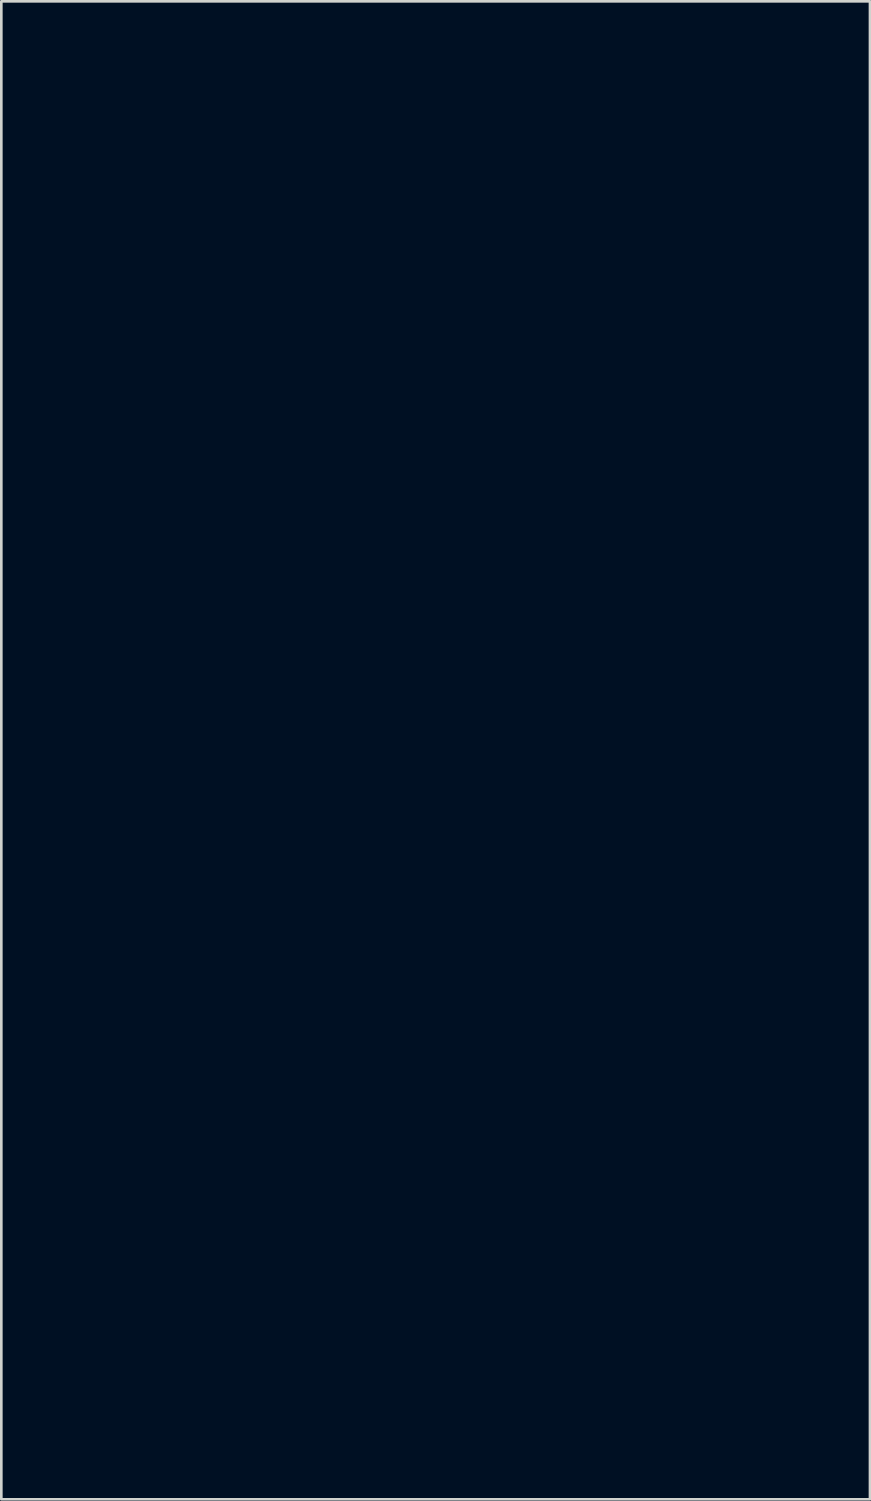
<source format=kicad_pcb>
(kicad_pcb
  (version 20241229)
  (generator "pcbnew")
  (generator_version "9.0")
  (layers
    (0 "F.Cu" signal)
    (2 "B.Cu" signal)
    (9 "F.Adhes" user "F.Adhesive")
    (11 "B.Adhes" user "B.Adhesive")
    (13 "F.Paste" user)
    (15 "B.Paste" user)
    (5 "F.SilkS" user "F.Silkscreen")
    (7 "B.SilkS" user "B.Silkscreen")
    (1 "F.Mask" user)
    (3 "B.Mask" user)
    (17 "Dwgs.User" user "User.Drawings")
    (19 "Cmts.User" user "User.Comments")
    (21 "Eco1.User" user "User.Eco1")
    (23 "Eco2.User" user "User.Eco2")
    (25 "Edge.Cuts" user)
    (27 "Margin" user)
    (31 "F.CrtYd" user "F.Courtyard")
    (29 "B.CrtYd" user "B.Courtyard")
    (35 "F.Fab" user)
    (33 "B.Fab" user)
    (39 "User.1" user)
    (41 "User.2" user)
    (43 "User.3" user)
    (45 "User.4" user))
  (footprint "LlamaBorder"
    (layer "F.Cu")
    (at 13.461 25.397)
    (property "Reference" "LlamaBorder" (at 0 0 0) (layer "F.Mask") (effects (font (size 1.524 1.524) (thickness 0.3))))
    (attr through_hole)
    (fp_poly (pts (xy -7.41 -25.391) (xy -7.335 -25.389) (xy -7.268 -25.386) (xy -7.212 -25.381) (xy -7.191 -25.379) (xy -6.99 -25.344) (xy -6.795 -25.294) (xy -6.606 -25.229) (xy -6.424 -25.151) (xy -6.249 -25.059) (xy -6.082 -24.954) (xy -5.924 -24.838) (xy -5.776 -24.71) (xy -5.639 -24.571) (xy -5.513 -24.422) (xy -5.4 -24.263) (xy -5.299 -24.096) (xy -5.212 -23.921) (xy -5.14 -23.738) (xy -5.14 -23.737) (xy -5.118 -23.666) (xy -5.095 -23.585) (xy -5.074 -23.5) (xy -5.055 -23.416) (xy -5.04 -23.338) (xy -5.031 -23.28) (xy -5.025 -23.243) (xy -5.013 -23.192) (xy -4.997 -23.128) (xy -4.976 -23.053) (xy -4.951 -22.967) (xy -4.922 -22.873) (xy -4.891 -22.771) (xy -4.857 -22.664) (xy -4.821 -22.553) (xy -4.784 -22.439) (xy -4.745 -22.323) (xy -4.705 -22.207) (xy -4.666 -22.093) (xy -4.626 -21.982) (xy -4.588 -21.875) (xy -4.575 -21.841) (xy -4.556 -21.792) (xy -4.535 -21.735) (xy -4.511 -21.672) (xy -4.485 -21.606) (xy -4.458 -21.538) (xy -4.432 -21.469) (xy -4.405 -21.403) (xy -4.381 -21.34) (xy -4.358 -21.284) (xy -4.338 -21.235) (xy -4.322 -21.196) (xy -4.311 -21.168) (xy -4.304 -21.154) (xy -4.304 -21.153) (xy -4.295 -21.153) (xy -4.273 -21.155) (xy -4.241 -21.158) (xy -4.201 -21.163) (xy -4.197 -21.163) (xy -4.106 -21.173) (xy -4.007 -21.182) (xy -3.904 -21.188) (xy -3.802 -21.193) (xy -3.703 -21.196) (xy -3.612 -21.196) (xy -3.534 -21.194) (xy -3.515 -21.193) (xy -3.265 -21.172) (xy -3.022 -21.137) (xy -2.823 -21.096) (xy -2.783 -21.087) (xy -2.747 -21.078) (xy -2.72 -21.072) (xy -2.707 -21.069) (xy -2.694 -21.069) (xy -2.679 -21.074) (xy -2.659 -21.085) (xy -2.63 -21.105) (xy -2.605 -21.123) (xy -2.393 -21.271) (xy -2.173 -21.405) (xy -1.945 -21.524) (xy -1.71 -21.627) (xy -1.468 -21.715) (xy -1.221 -21.788) (xy -0.97 -21.845) (xy -0.729 -21.883) (xy -0.637 -21.893) (xy -0.536 -21.901) (xy -0.428 -21.908) (xy -0.316 -21.913) (xy -0.205 -21.915) (xy -0.096 -21.916) (xy 0.008 -21.915) (xy 0.102 -21.911) (xy 0.184 -21.906) (xy 0.224 -21.902) (xy 0.492 -21.861) (xy 0.753 -21.806) (xy 1.005 -21.735) (xy 1.25 -21.65) (xy 1.487 -21.549) (xy 1.717 -21.433) (xy 1.94 -21.302) (xy 2.156 -21.156) (xy 2.25 -21.086) (xy 2.337 -21.019) (xy 2.419 -21.029) (xy 2.57 -21.045) (xy 2.727 -21.056) (xy 2.886 -21.061) (xy 3.045 -21.061) (xy 3.199 -21.055) (xy 3.344 -21.044) (xy 3.474 -21.028) (xy 3.51 -21.023) (xy 3.539 -21.02) (xy 3.558 -21.02) (xy 3.564 -21.022) (xy 3.571 -21.034) (xy 3.584 -21.061) (xy 3.601 -21.101) (xy 3.623 -21.152) (xy 3.648 -21.213) (xy 3.676 -21.282) (xy 3.706 -21.358) (xy 3.738 -21.439) (xy 3.771 -21.523) (xy 3.805 -21.61) (xy 3.838 -21.697) (xy 3.871 -21.784) (xy 3.903 -21.868) (xy 3.933 -21.948) (xy 3.96 -22.022) (xy 3.98 -22.078) (xy 3.996 -22.124) (xy 4.011 -22.165) (xy 4.024 -22.197) (xy 4.033 -22.218) (xy 4.037 -22.226) (xy 4.042 -22.236) (xy 4.051 -22.26) (xy 4.065 -22.298) (xy 4.082 -22.348) (xy 4.102 -22.409) (xy 4.125 -22.48) (xy 4.15 -22.558) (xy 4.177 -22.644) (xy 4.188 -22.679) (xy 4.212 -22.755) (xy 4.238 -22.843) (xy 4.266 -22.939) (xy 4.294 -23.038) (xy 4.321 -23.136) (xy 4.346 -23.228) (xy 4.368 -23.31) (xy 4.375 -23.341) (xy 4.428 -23.52) (xy 4.493 -23.688) (xy 4.571 -23.846) (xy 4.663 -23.996) (xy 4.77 -24.14) (xy 4.848 -24.231) (xy 4.895 -24.279) (xy 4.952 -24.334) (xy 5.016 -24.392) (xy 5.083 -24.449) (xy 5.149 -24.503) (xy 5.212 -24.551) (xy 5.225 -24.561) (xy 5.404 -24.678) (xy 5.59 -24.781) (xy 5.783 -24.868) (xy 5.982 -24.94) (xy 6.187 -24.996) (xy 6.396 -25.035) (xy 6.545 -25.054) (xy 6.609 -25.058) (xy 6.684 -25.06) (xy 6.768 -25.061) (xy 6.855 -25.059) (xy 6.943 -25.056) (xy 7.026 -25.052) (xy 7.101 -25.046) (xy 7.164 -25.039) (xy 7.174 -25.037) (xy 7.386 -24.996) (xy 7.592 -24.941) (xy 7.791 -24.87) (xy 7.981 -24.786) (xy 8.163 -24.689) (xy 8.335 -24.578) (xy 8.498 -24.456) (xy 8.65 -24.321) (xy 8.79 -24.175) (xy 8.92 -24.018) (xy 9.037 -23.85) (xy 9.141 -23.672) (xy 9.232 -23.485) (xy 9.309 -23.289) (xy 9.33 -23.226) (xy 9.336 -23.207) (xy 9.345 -23.171) (xy 9.359 -23.122) (xy 9.375 -23.058) (xy 9.395 -22.981) (xy 9.417 -22.891) (xy 9.443 -22.791) (xy 9.471 -22.679) (xy 9.501 -22.558) (xy 9.534 -22.428) (xy 9.569 -22.29) (xy 9.605 -22.144) (xy 9.643 -21.992) (xy 9.682 -21.835) (xy 9.722 -21.672) (xy 9.763 -21.505) (xy 9.792 -21.388) (xy 9.834 -21.219) (xy 9.875 -21.054) (xy 9.915 -20.892) (xy 9.953 -20.735) (xy 9.99 -20.585) (xy 10.026 -20.441) (xy 10.06 -20.304) (xy 10.091 -20.176) (xy 10.121 -20.057) (xy 10.148 -19.948) (xy 10.172 -19.85) (xy 10.194 -19.763) (xy 10.212 -19.69) (xy 10.227 -19.629) (xy 10.239 -19.583) (xy 10.247 -19.551) (xy 10.25 -19.539) (xy 10.29 -19.366) (xy 10.326 -19.179) (xy 10.355 -18.981) (xy 10.379 -18.774) (xy 10.397 -18.561) (xy 10.409 -18.344) (xy 10.412 -18.223) (xy 10.412 -18.186) (xy 10.411 -18.135) (xy 10.409 -18.074) (xy 10.406 -18.005) (xy 10.402 -17.931) (xy 10.397 -17.856) (xy 10.392 -17.782) (xy 10.387 -17.713) (xy 10.382 -17.651) (xy 10.381 -17.639) (xy 10.343 -17.335) (xy 10.289 -17.033) (xy 10.219 -16.733) (xy 10.131 -16.436) (xy 10.027 -16.141) (xy 9.974 -16.007) (xy 9.944 -15.935) (xy 9.907 -15.854) (xy 9.865 -15.767) (xy 9.82 -15.676) (xy 9.772 -15.583) (xy 9.724 -15.49) (xy 9.675 -15.4) (xy 9.628 -15.315) (xy 9.583 -15.238) (xy 9.542 -15.17) (xy 9.506 -15.114) (xy 9.49 -15.091) (xy 9.475 -15.07) (xy 9.453 -15.039) (xy 9.427 -15.002) (xy 9.399 -14.961) (xy 9.389 -14.947) (xy 9.358 -14.903) (xy 9.326 -14.858) (xy 9.296 -14.815) (xy 9.271 -14.781) (xy 9.267 -14.776) (xy 9.244 -14.743) (xy 9.229 -14.718) (xy 9.219 -14.694) (xy 9.211 -14.664) (xy 9.204 -14.627) (xy 9.198 -14.594) (xy 9.188 -14.548) (xy 9.175 -14.493) (xy 9.16 -14.433) (xy 9.145 -14.37) (xy 9.13 -14.309) (xy 9.115 -14.253) (xy 9.103 -14.207) (xy 9.097 -14.188) (xy 9.087 -14.153) (xy 9.177 -14.002) (xy 9.373 -13.656) (xy 9.556 -13.304) (xy 9.725 -12.946) (xy 9.879 -12.584) (xy 10.017 -12.221) (xy 10.119 -11.921) (xy 10.137 -11.865) (xy 10.153 -11.812) (xy 10.168 -11.767) (xy 10.179 -11.731) (xy 10.187 -11.706) (xy 10.19 -11.697) (xy 10.196 -11.676) (xy 10.94 -11.671) (xy 11.074 -11.67) (xy 11.193 -11.669) (xy 11.297 -11.668) (xy 11.387 -11.667) (xy 11.467 -11.666) (xy 11.535 -11.665) (xy 11.594 -11.663) (xy 11.645 -11.661) (xy 11.69 -11.659) (xy 11.729 -11.656) (xy 11.763 -11.653) (xy 11.795 -11.648) (xy 11.825 -11.643) (xy 11.855 -11.638) (xy 11.885 -11.631) (xy 11.918 -11.624) (xy 11.954 -11.615) (xy 11.955 -11.615) (xy 12.127 -11.566) (xy 12.292 -11.502) (xy 12.451 -11.423) (xy 12.602 -11.33) (xy 12.745 -11.224) (xy 12.877 -11.106) (xy 12.999 -10.976) (xy 13.108 -10.836) (xy 13.205 -10.686) (xy 13.256 -10.593) (xy 13.329 -10.432) (xy 13.388 -10.264) (xy 13.432 -10.094) (xy 13.453 -9.975) (xy 13.455 -9.96) (xy 13.457 -9.942) (xy 13.458 -9.922) (xy 13.46 -9.898) (xy 13.461 -9.869) (xy 13.462 -9.834) (xy 13.463 -9.793) (xy 13.463 -9.744) (xy 13.464 -9.686) (xy 13.464 -9.619) (xy 13.465 -9.542) (xy 13.465 -9.453) (xy 13.465 -9.352) (xy 13.465 -9.239) (xy 13.464 -9.111) (xy 13.464 -8.968) (xy 13.464 -8.81) (xy 13.464 -8.764) (xy 13.463 -8.604) (xy 13.463 -8.46) (xy 13.462 -8.331) (xy 13.462 -8.216) (xy 13.462 -8.114) (xy 13.461 -8.025) (xy 13.461 -7.947) (xy 13.46 -7.879) (xy 13.459 -7.821) (xy 13.458 -7.772) (xy 13.458 -7.73) (xy 13.457 -7.696) (xy 13.455 -7.667) (xy 13.454 -7.643) (xy 13.452 -7.624) (xy 13.451 -7.607) (xy 13.449 -7.593) (xy 13.447 -7.58) (xy 13.444 -7.567) (xy 13.443 -7.56) (xy 13.397 -7.375) (xy 13.337 -7.2) (xy 13.264 -7.034) (xy 13.176 -6.878) (xy 13.074 -6.73) (xy 12.958 -6.592) (xy 12.924 -6.556) (xy 12.793 -6.431) (xy 12.655 -6.319) (xy 12.51 -6.223) (xy 12.449 -6.188) (xy 12.416 -6.169) (xy 12.394 -6.154) (xy 12.378 -6.136) (xy 12.362 -6.112) (xy 12.35 -6.091) (xy 12.258 -5.941) (xy 12.152 -5.799) (xy 12.032 -5.664) (xy 11.988 -5.62) (xy 11.859 -5.503) (xy 11.725 -5.402) (xy 11.584 -5.313) (xy 11.547 -5.293) (xy 11.514 -5.274) (xy 11.491 -5.257) (xy 11.475 -5.238) (xy 11.463 -5.218) (xy 11.375 -5.071) (xy 11.272 -4.931) (xy 11.158 -4.8) (xy 11.032 -4.678) (xy 10.898 -4.568) (xy 10.756 -4.472) (xy 10.68 -4.428) (xy 10.641 -4.404) (xy 10.617 -4.385) (xy 10.607 -4.369) (xy 10.603 -4.353) (xy 10.598 -4.323) (xy 10.594 -4.284) (xy 10.59 -4.239) (xy 10.588 -4.219) (xy 10.563 -3.933) (xy 10.528 -3.637) (xy 10.484 -3.335) (xy 10.435 -3.06) (xy 10.416 -2.961) (xy 10.392 -2.852) (xy 10.367 -2.736) (xy 10.339 -2.617) (xy 10.31 -2.498) (xy 10.28 -2.381) (xy 10.251 -2.27) (xy 10.223 -2.169) (xy 10.196 -2.08) (xy 10.187 -2.048) (xy 10.177 -2.017) (xy 10.169 -1.992) (xy 10.165 -1.978) (xy 10.165 -1.977) (xy 10.172 -1.971) (xy 10.189 -1.957) (xy 10.216 -1.937) (xy 10.25 -1.912) (xy 10.271 -1.896) (xy 10.462 -1.747) (xy 10.646 -1.583) (xy 10.822 -1.408) (xy 10.987 -1.224) (xy 11.123 -1.054) (xy 11.271 -0.843) (xy 11.404 -0.623) (xy 11.524 -0.395) (xy 11.629 -0.159) (xy 11.719 0.085) (xy 11.794 0.334) (xy 11.853 0.589) (xy 11.897 0.849) (xy 11.904 0.906) (xy 11.91 0.962) (xy 11.916 1.029) (xy 11.922 1.103) (xy 11.927 1.182) (xy 11.931 1.262) (xy 11.935 1.341) (xy 11.938 1.415) (xy 11.939 1.48) (xy 11.939 1.535) (xy 11.938 1.57) (xy 11.925 1.755) (xy 11.904 1.941) (xy 11.875 2.123) (xy 11.84 2.299) (xy 11.799 2.463) (xy 11.788 2.504) (xy 11.76 2.599) (xy 11.833 2.745) (xy 11.942 2.982) (xy 12.035 3.224) (xy 12.113 3.471) (xy 12.174 3.721) (xy 12.22 3.974) (xy 12.249 4.229) (xy 12.263 4.485) (xy 12.261 4.742) (xy 12.243 4.998) (xy 12.208 5.253) (xy 12.158 5.505) (xy 12.092 5.755) (xy 12.009 6.001) (xy 11.932 6.194) (xy 11.873 6.331) (xy 11.891 6.456) (xy 11.906 6.579) (xy 11.919 6.707) (xy 11.929 6.835) (xy 11.935 6.96) (xy 11.938 7.079) (xy 11.938 7.188) (xy 11.934 7.267) (xy 11.926 7.376) (xy 11.915 7.487) (xy 11.901 7.599) (xy 11.885 7.706) (xy 11.868 7.804) (xy 11.85 7.889) (xy 11.85 7.893) (xy 11.847 7.908) (xy 11.847 7.923) (xy 11.851 7.94) (xy 11.86 7.964) (xy 11.875 7.998) (xy 11.887 8.024) (xy 11.989 8.263) (xy 12.075 8.509) (xy 12.145 8.76) (xy 12.199 9.015) (xy 12.237 9.273) (xy 12.242 9.323) (xy 12.249 9.392) (xy 12.254 9.468) (xy 12.26 9.548) (xy 12.264 9.629) (xy 12.267 9.707) (xy 12.269 9.78) (xy 12.27 9.844) (xy 12.269 9.896) (xy 12.269 9.92) (xy 12.254 10.116) (xy 12.233 10.301) (xy 12.205 10.477) (xy 12.169 10.649) (xy 12.126 10.82) (xy 12.073 10.993) (xy 12.043 11.084) (xy 11.992 11.234) (xy 12.022 11.357) (xy 12.053 11.494) (xy 12.079 11.633) (xy 12.101 11.767) (xy 12.107 11.811) (xy 12.118 11.914) (xy 12.127 12.024) (xy 12.135 12.14) (xy 12.14 12.256) (xy 12.143 12.37) (xy 12.143 12.478) (xy 12.141 12.576) (xy 12.137 12.647) (xy 12.126 12.786) (xy 12.19 12.874) (xy 12.316 13.061) (xy 12.433 13.261) (xy 12.541 13.47) (xy 12.636 13.686) (xy 12.719 13.904) (xy 12.742 13.974) (xy 12.792 14.144) (xy 12.836 14.324) (xy 12.873 14.509) (xy 12.902 14.691) (xy 12.911 14.765) (xy 12.918 14.838) (xy 12.924 14.921) (xy 12.93 15.01) (xy 12.934 15.104) (xy 12.937 15.197) (xy 12.938 15.288) (xy 12.939 15.372) (xy 12.937 15.446) (xy 12.935 15.507) (xy 12.934 15.51) (xy 12.91 15.75) (xy 12.873 15.983) (xy 12.823 16.209) (xy 12.791 16.338) (xy 12.815 16.422) (xy 12.854 16.573) (xy 12.888 16.726) (xy 12.915 16.885) (xy 12.937 17.052) (xy 12.954 17.231) (xy 12.966 17.423) (xy 12.967 17.445) (xy 12.97 17.686) (xy 12.956 17.93) (xy 12.926 18.175) (xy 12.879 18.421) (xy 12.816 18.667) (xy 12.736 18.913) (xy 12.715 18.97) (xy 12.669 19.095) (xy 12.704 19.19) (xy 12.788 19.437) (xy 12.856 19.688) (xy 12.908 19.942) (xy 12.943 20.198) (xy 12.963 20.454) (xy 12.966 20.711) (xy 12.954 20.968) (xy 12.925 21.222) (xy 12.881 21.475) (xy 12.82 21.725) (xy 12.744 21.971) (xy 12.652 22.212) (xy 12.544 22.448) (xy 12.532 22.472) (xy 12.409 22.698) (xy 12.273 22.915) (xy 12.124 23.124) (xy 11.963 23.322) (xy 11.792 23.509) (xy 11.611 23.683) (xy 11.444 23.824) (xy 11.236 23.98) (xy 11.02 24.122) (xy 10.796 24.249) (xy 10.565 24.361) (xy 10.328 24.458) (xy 10.086 24.539) (xy 9.838 24.606) (xy 9.587 24.657) (xy 9.332 24.692) (xy 9.074 24.712) (xy 8.815 24.715) (xy 8.554 24.702) (xy 8.293 24.673) (xy 8.151 24.65) (xy 8.051 24.63) (xy 7.943 24.606) (xy 7.833 24.579) (xy 7.726 24.549) (xy 7.63 24.52) (xy 7.612 24.514) (xy 7.491 24.474) (xy 7.455 24.488) (xy 7.434 24.496) (xy 7.401 24.509) (xy 7.36 24.525) (xy 7.316 24.542) (xy 7.3 24.548) (xy 7.099 24.62) (xy 6.887 24.682) (xy 6.668 24.733) (xy 6.445 24.772) (xy 6.276 24.794) (xy 6.216 24.8) (xy 6.146 24.805) (xy 6.069 24.81) (xy 5.99 24.814) (xy 5.91 24.818) (xy 5.834 24.82) (xy 5.764 24.822) (xy 5.704 24.822) (xy 5.658 24.821) (xy 5.65 24.82) (xy 5.387 24.798) (xy 5.131 24.761) (xy 4.884 24.709) (xy 4.656 24.647) (xy 4.601 24.63) (xy 4.516 24.683) (xy 4.293 24.813) (xy 4.063 24.926) (xy 3.828 25.024) (xy 3.586 25.106) (xy 3.338 25.173) (xy 3.094 25.222) (xy 2.987 25.238) (xy 2.872 25.252) (xy 2.751 25.264) (xy 2.629 25.274) (xy 2.508 25.28) (xy 2.392 25.284) (xy 2.285 25.285) (xy 2.19 25.283) (xy 2.168 25.282) (xy 1.903 25.258) (xy 1.646 25.219) (xy 1.394 25.165) (xy 1.148 25.094) (xy 0.906 25.008) (xy 0.667 24.906) (xy 0.637 24.892) (xy 0.525 24.839) (xy 0.404 24.895) (xy 0.188 24.988) (xy -0.025 25.067) (xy -0.238 25.132) (xy -0.453 25.185) (xy -0.674 25.227) (xy -0.817 25.248) (xy -0.907 25.258) (xy -1.005 25.267) (xy -1.107 25.274) (xy -1.211 25.279) (xy -1.312 25.283) (xy -1.406 25.285) (xy -1.491 25.284) (xy -1.557 25.282) (xy -1.765 25.265) (xy -1.963 25.239) (xy -2.157 25.204) (xy -2.302 25.171) (xy -2.38 25.15) (xy -2.466 25.125) (xy -2.558 25.097) (xy -2.65 25.067) (xy -2.737 25.036) (xy -2.815 25.007) (xy -2.855 24.991) (xy -2.946 24.953) (xy -3.02 24.987) (xy -3.261 25.091) (xy -3.501 25.178) (xy -3.742 25.25) (xy -3.985 25.306) (xy -4.232 25.346) (xy -4.485 25.372) (xy -4.511 25.374) (xy -4.569 25.377) (xy -4.633 25.38) (xy -4.702 25.383) (xy -4.771 25.385) (xy -4.837 25.387) (xy -4.898 25.388) (xy -4.95 25.388) (xy -4.991 25.387) (xy -5.011 25.386) (xy -5.281 25.36) (xy -5.544 25.319) (xy -5.798 25.262) (xy -6.046 25.191) (xy -6.288 25.105) (xy -6.523 25.003) (xy -6.752 24.885) (xy -6.879 24.812) (xy -6.92 24.788) (xy -6.956 24.767) (xy -6.985 24.751) (xy -7.004 24.742) (xy -7.01 24.74) (xy -7.021 24.742) (xy -7.045 24.749) (xy -7.079 24.76) (xy -7.119 24.773) (xy -7.136 24.778) (xy -7.367 24.845) (xy -7.606 24.898) (xy -7.853 24.936) (xy -8.104 24.96) (xy -8.36 24.97) (xy -8.548 24.967) (xy -8.811 24.95) (xy -9.07 24.916) (xy -9.325 24.866) (xy -9.575 24.8) (xy -9.82 24.718) (xy -10.06 24.62) (xy -10.294 24.507) (xy -10.521 24.379) (xy -10.741 24.235) (xy -10.953 24.077) (xy -11.024 24.019) (xy -11.071 23.978) (xy -11.127 23.928) (xy -11.187 23.871) (xy -11.25 23.81) (xy -11.312 23.748) (xy -11.37 23.689) (xy -11.422 23.634) (xy -11.455 23.597) (xy -11.622 23.395) (xy -11.775 23.183) (xy -11.913 22.963) (xy -12.037 22.735) (xy -12.146 22.499) (xy -12.24 22.257) (xy -12.318 22.008) (xy -12.381 21.755) (xy -12.428 21.496) (xy -12.445 21.362) (xy -12.452 21.294) (xy -12.459 21.215) (xy -12.464 21.127) (xy -12.469 21.037) (xy -12.473 20.948) (xy -12.475 20.866) (xy -12.476 20.795) (xy -12.476 20.783) (xy -12.469 20.595) (xy -12.45 20.399) (xy -12.42 20.199) (xy -12.38 19.998) (xy -12.331 19.799) (xy -12.273 19.607) (xy -12.21 19.433) (xy -12.172 19.339) (xy -12.193 19.288) (xy -12.236 19.174) (xy -12.278 19.048) (xy -12.318 18.914) (xy -12.354 18.775) (xy -12.386 18.637) (xy -12.412 18.504) (xy -12.416 18.481) (xy -12.434 18.354) (xy -12.45 18.218) (xy -12.462 18.078) (xy -12.47 17.937) (xy -12.475 17.799) (xy -12.475 17.668) (xy -12.471 17.546) (xy -12.467 17.482) (xy -12.454 17.353) (xy -12.436 17.219) (xy -12.414 17.083) (xy -12.388 16.952) (xy -12.36 16.831) (xy -12.35 16.789) (xy -12.325 16.698) (xy -12.341 16.641) (xy -12.399 16.417) (xy -12.445 16.182) (xy -12.478 15.939) (xy -12.484 15.882) (xy -12.488 15.829) (xy -12.493 15.765) (xy -12.497 15.695) (xy -12.5 15.622) (xy -12.503 15.548) (xy -12.505 15.478) (xy -12.507 15.413) (xy -12.507 15.358) (xy -12.506 15.315) (xy -12.506 15.303) (xy -12.483 15.036) (xy -12.446 14.778) (xy -12.394 14.529) (xy -12.329 14.288) (xy -12.25 14.056) (xy -12.156 13.83) (xy -12.129 13.774) (xy -12.08 13.671) (xy -12.121 13.585) (xy -12.206 13.391) (xy -12.283 13.185) (xy -12.349 12.972) (xy -12.404 12.754) (xy -12.446 12.534) (xy -12.458 12.459) (xy -12.472 12.347) (xy -12.485 12.227) (xy -12.494 12.104) (xy -12.501 11.981) (xy -12.505 11.862) (xy -12.506 11.75) (xy -12.504 11.649) (xy -12.502 11.601) (xy -12.476 11.336) (xy -12.434 11.075) (xy -12.376 10.82) (xy -12.302 10.57) (xy -12.213 10.326) (xy -12.107 10.088) (xy -11.985 9.855) (xy -11.847 9.627) (xy -11.826 9.596) (xy -11.755 9.488) (xy -11.765 9.367) (xy -11.774 9.24) (xy -11.78 9.127) (xy -11.782 9.024) (xy -11.782 8.929) (xy -11.779 8.862) (xy -11.772 8.722) (xy -11.831 8.608) (xy -11.948 8.364) (xy -12.049 8.119) (xy -12.132 7.872) (xy -12.199 7.622) (xy -12.25 7.368) (xy -12.285 7.111) (xy -12.293 7.028) (xy -12.307 6.8) (xy -12.311 6.582) (xy -12.303 6.373) (xy -12.284 6.168) (xy -12.252 5.965) (xy -12.209 5.762) (xy -12.153 5.555) (xy -12.102 5.393) (xy -12.041 5.213) (xy -12.06 5.148) (xy -12.103 4.996) (xy -12.14 4.847) (xy -12.17 4.697) (xy -12.194 4.544) (xy -12.214 4.384) (xy -12.229 4.214) (xy -12.239 4.05) (xy -12.243 3.869) (xy -12.236 3.681) (xy -12.219 3.49) (xy -12.193 3.302) (xy -12.168 3.174) (xy -12.157 3.118) (xy -12.211 3.025) (xy -12.232 2.988) (xy -12.259 2.939) (xy -12.288 2.884) (xy -12.317 2.826) (xy -12.345 2.772) (xy -12.454 2.531) (xy -12.546 2.286) (xy -12.623 2.037) (xy -12.683 1.784) (xy -12.727 1.528) (xy -12.754 1.269) (xy -12.765 1.007) (xy -12.759 0.744) (xy -12.736 0.479) (xy -12.704 0.253) (xy -12.653 0.003) (xy -12.586 -0.244) (xy -12.503 -0.486) (xy -12.405 -0.722) (xy -12.293 -0.952) (xy -12.167 -1.174) (xy -12.027 -1.388) (xy -11.874 -1.592) (xy -11.708 -1.787) (xy -11.531 -1.971) (xy -11.342 -2.143) (xy -11.202 -2.257) (xy -11.177 -2.276) (xy -11.145 -2.3) (xy -11.109 -2.326) (xy -11.073 -2.353) (xy -11.038 -2.378) (xy -11.008 -2.4) (xy -10.985 -2.416) (xy -10.973 -2.424) (xy -10.972 -2.424) (xy -10.974 -2.432) (xy -10.978 -2.454) (xy -10.986 -2.488) (xy -10.996 -2.53) (xy -11.007 -2.578) (xy -11.008 -2.581) (xy -11.059 -2.806) (xy -11.104 -3.023) (xy -11.143 -3.237) (xy -11.177 -3.449) (xy -11.206 -3.662) (xy -11.231 -3.878) (xy -11.251 -4.102) (xy -11.267 -4.334) (xy -11.279 -4.579) (xy -11.287 -4.792) (xy -11.293 -4.959) (xy -11.354 -5.051) (xy -11.382 -5.094) (xy -11.41 -5.139) (xy -11.435 -5.182) (xy -11.452 -5.211) (xy -11.471 -5.245) (xy -11.486 -5.268) (xy -11.502 -5.284) (xy -11.523 -5.298) (xy -11.54 -5.307) (xy -11.688 -5.397) (xy -11.829 -5.501) (xy -11.961 -5.619) (xy -12.084 -5.748) (xy -12.195 -5.889) (xy -12.294 -6.039) (xy -12.313 -6.072) (xy -12.333 -6.105) (xy -12.348 -6.128) (xy -12.364 -6.146) (xy -12.384 -6.16) (xy -12.412 -6.177) (xy -12.435 -6.19) (xy -12.564 -6.268) (xy -12.684 -6.353) (xy -12.798 -6.45) (xy -12.899 -6.548) (xy -13.022 -6.686) (xy -13.13 -6.832) (xy -13.222 -6.986) (xy -13.3 -7.147) (xy -13.362 -7.316) (xy -13.409 -7.491) (xy -13.44 -7.674) (xy -13.449 -7.753) (xy -13.451 -7.778) (xy -13.452 -7.815) (xy -13.453 -7.864) (xy -13.454 -7.926) (xy -13.455 -8.001) (xy -13.456 -8.09) (xy -13.456 -8.193) (xy -13.456 -8.311) (xy -13.456 -8.444) (xy -13.456 -8.593) (xy -13.456 -8.758) (xy -13.456 -8.874) (xy -13.455 -9.03) (xy -13.455 -9.171) (xy -13.454 -9.296) (xy -13.454 -9.408) (xy -13.453 -9.506) (xy -13.452 -9.593) (xy -13.452 -9.67) (xy -13.45 -9.736) (xy -13.449 -9.776) (xy -11.502 -9.776) (xy -11.502 -8.015) (xy -10.614 -8.015) (xy -10.614 -7.135) (xy -9.733 -7.135) (xy -9.733 -6.246) (xy -9.337 -6.246) (xy -9.333 -5.411) (xy -9.333 -5.262) (xy -9.332 -5.129) (xy -9.331 -5.01) (xy -9.33 -4.904) (xy -9.329 -4.809) (xy -9.328 -4.724) (xy -9.326 -4.647) (xy -9.324 -4.578) (xy -9.321 -4.514) (xy -9.318 -4.454) (xy -9.314 -4.397) (xy -9.309 -4.341) (xy -9.304 -4.285) (xy -9.298 -4.228) (xy -9.291 -4.168) (xy -9.283 -4.104) (xy -9.274 -4.034) (xy -9.267 -3.978) (xy -9.216 -3.641) (xy -9.148 -3.302) (xy -9.066 -2.963) (xy -8.969 -2.626) (xy -8.858 -2.294) (xy -8.734 -1.967) (xy -8.597 -1.649) (xy -8.48 -1.403) (xy -8.459 -1.36) (xy -8.444 -1.328) (xy -8.436 -1.303) (xy -8.431 -1.282) (xy -8.43 -1.26) (xy -8.43 -1.256) (xy -8.43 -1.208) (xy -8.453 -1.214) (xy -8.469 -1.216) (xy -8.498 -1.218) (xy -8.538 -1.22) (xy -8.587 -1.222) (xy -8.64 -1.224) (xy -8.65 -1.224) (xy -8.785 -1.225) (xy -8.91 -1.219) (xy -9.028 -1.205) (xy -9.139 -1.185) (xy -9.321 -1.138) (xy -9.498 -1.076) (xy -9.667 -0.998) (xy -9.828 -0.907) (xy -9.98 -0.801) (xy -10.123 -0.682) (xy -10.256 -0.55) (xy -10.378 -0.406) (xy -10.466 -0.284) (xy -10.563 -0.123) (xy -10.644 0.044) (xy -10.71 0.216) (xy -10.76 0.395) (xy -10.794 0.579) (xy -10.812 0.77) (xy -10.814 0.817) (xy -10.812 1.002) (xy -10.793 1.186) (xy -10.758 1.367) (xy -10.707 1.545) (xy -10.641 1.717) (xy -10.559 1.883) (xy -10.463 2.042) (xy -10.394 2.14) (xy -10.289 2.268) (xy -10.174 2.389) (xy -10.051 2.5) (xy -9.947 2.581) (xy -9.917 2.604) (xy -9.898 2.622) (xy -9.891 2.633) (xy -9.891 2.635) (xy -9.9 2.648) (xy -9.913 2.667) (xy -9.915 2.67) (xy -9.927 2.688) (xy -9.946 2.716) (xy -9.967 2.75) (xy -9.981 2.773) (xy -10.07 2.934) (xy -10.145 3.104) (xy -10.205 3.281) (xy -10.25 3.464) (xy -10.276 3.627) (xy -10.281 3.677) (xy -10.284 3.739) (xy -10.286 3.809) (xy -10.286 3.883) (xy -10.285 3.955) (xy -10.283 4.022) (xy -10.279 4.079) (xy -10.276 4.105) (xy -10.245 4.288) (xy -10.198 4.468) (xy -10.137 4.643) (xy -10.061 4.811) (xy -9.972 4.971) (xy -9.877 5.112) (xy -9.851 5.147) (xy -9.836 5.172) (xy -9.829 5.189) (xy -9.83 5.202) (xy -9.837 5.212) (xy -9.84 5.215) (xy -9.851 5.226) (xy -9.869 5.247) (xy -9.892 5.275) (xy -9.907 5.294) (xy -10.018 5.449) (xy -10.113 5.611) (xy -10.193 5.779) (xy -10.258 5.955) (xy -10.308 6.138) (xy -10.34 6.306) (xy -10.346 6.358) (xy -10.351 6.422) (xy -10.354 6.495) (xy -10.355 6.573) (xy -10.355 6.651) (xy -10.354 6.726) (xy -10.35 6.792) (xy -10.345 6.847) (xy -10.344 6.856) (xy -10.31 7.045) (xy -10.26 7.227) (xy -10.195 7.403) (xy -10.136 7.532) (xy -10.044 7.697) (xy -9.938 7.852) (xy -9.817 7.998) (xy -9.773 8.047) (xy -9.685 8.138) (xy -9.726 8.262) (xy -9.768 8.404) (xy -9.798 8.541) (xy -9.818 8.678) (xy -9.828 8.822) (xy -9.829 8.912) (xy -9.823 9.09) (xy -9.802 9.261) (xy -9.767 9.428) (xy -9.717 9.592) (xy -9.652 9.757) (xy -9.602 9.862) (xy -9.548 9.97) (xy -9.635 10.03) (xy -9.785 10.141) (xy -9.923 10.265) (xy -10.048 10.4) (xy -10.161 10.545) (xy -10.261 10.7) (xy -10.348 10.864) (xy -10.42 11.036) (xy -10.478 11.216) (xy -10.521 11.402) (xy -10.535 11.483) (xy -10.54 11.531) (xy -10.544 11.592) (xy -10.547 11.661) (xy -10.549 11.735) (xy -10.549 11.81) (xy -10.548 11.881) (xy -10.545 11.945) (xy -10.541 11.997) (xy -10.539 12.014) (xy -10.504 12.208) (xy -10.454 12.393) (xy -10.39 12.571) (xy -10.311 12.74) (xy -10.218 12.9) (xy -10.111 13.051) (xy -9.99 13.193) (xy -9.856 13.324) (xy -9.71 13.444) (xy -9.604 13.519) (xy -9.562 13.548) (xy -9.534 13.569) (xy -9.518 13.583) (xy -9.514 13.59) (xy -9.52 13.593) (xy -9.521 13.593) (xy -9.532 13.598) (xy -9.554 13.611) (xy -9.585 13.631) (xy -9.621 13.655) (xy -9.66 13.683) (xy -9.7 13.711) (xy -9.737 13.739) (xy -9.769 13.765) (xy -9.772 13.767) (xy -9.818 13.807) (xy -9.872 13.856) (xy -9.928 13.91) (xy -9.983 13.966) (xy -10.033 14.02) (xy -10.076 14.068) (xy -10.085 14.08) (xy -10.132 14.141) (xy -10.182 14.212) (xy -10.232 14.29) (xy -10.279 14.368) (xy -10.32 14.442) (xy -10.336 14.474) (xy -10.412 14.649) (xy -10.472 14.827) (xy -10.515 15.008) (xy -10.542 15.192) (xy -10.552 15.379) (xy -10.545 15.567) (xy -10.522 15.756) (xy -10.516 15.789) (xy -10.484 15.932) (xy -10.44 16.077) (xy -10.386 16.22) (xy -10.323 16.356) (xy -10.254 16.482) (xy -10.231 16.519) (xy -10.192 16.579) (xy -10.222 16.628) (xy -10.251 16.68) (xy -10.284 16.742) (xy -10.317 16.812) (xy -10.35 16.884) (xy -10.379 16.954) (xy -10.404 17.018) (xy -10.413 17.046) (xy -10.461 17.21) (xy -10.495 17.371) (xy -10.514 17.534) (xy -10.521 17.703) (xy -10.521 17.706) (xy -10.512 17.897) (xy -10.488 18.084) (xy -10.448 18.265) (xy -10.391 18.44) (xy -10.319 18.61) (xy -10.231 18.774) (xy -10.128 18.932) (xy -10.008 19.084) (xy -9.928 19.173) (xy -9.85 19.255) (xy -9.928 19.338) (xy -10.017 19.436) (xy -10.095 19.533) (xy -10.167 19.634) (xy -10.168 19.636) (xy -10.265 19.794) (xy -10.346 19.959) (xy -10.412 20.13) (xy -10.462 20.306) (xy -10.498 20.484) (xy -10.517 20.665) (xy -10.521 20.848) (xy -10.509 21.03) (xy -10.481 21.212) (xy -10.437 21.392) (xy -10.377 21.569) (xy -10.359 21.614) (xy -10.282 21.777) (xy -10.19 21.934) (xy -10.084 22.084) (xy -9.966 22.224) (xy -9.836 22.354) (xy -9.696 22.472) (xy -9.547 22.577) (xy -9.506 22.602) (xy -9.344 22.691) (xy -9.178 22.764) (xy -9.006 22.822) (xy -8.827 22.866) (xy -8.64 22.895) (xy -8.634 22.895) (xy -8.578 22.9) (xy -8.51 22.902) (xy -8.434 22.902) (xy -8.353 22.901) (xy -8.273 22.898) (xy -8.198 22.893) (xy -8.131 22.887) (xy -8.076 22.879) (xy -8.075 22.879) (xy -7.885 22.837) (xy -7.703 22.78) (xy -7.529 22.708) (xy -7.362 22.62) (xy -7.203 22.518) (xy -7.101 22.441) (xy -7.062 22.408) (xy -7.016 22.366) (xy -6.966 22.319) (xy -6.916 22.269) (xy -6.868 22.22) (xy -6.826 22.175) (xy -6.793 22.137) (xy -6.784 22.127) (xy -6.764 22.102) (xy -6.748 22.083) (xy -6.739 22.074) (xy -6.738 22.074) (xy -6.732 22.081) (xy -6.721 22.1) (xy -6.707 22.127) (xy -6.699 22.143) (xy -6.617 22.294) (xy -6.52 22.44) (xy -6.41 22.579) (xy -6.288 22.71) (xy -6.156 22.83) (xy -6.017 22.938) (xy -5.932 22.995) (xy -5.769 23.088) (xy -5.598 23.166) (xy -5.42 23.228) (xy -5.235 23.275) (xy -5.053 23.306) (xy -5.004 23.31) (xy -4.941 23.313) (xy -4.871 23.314) (xy -4.795 23.314) (xy -4.718 23.312) (xy -4.645 23.309) (xy -4.579 23.305) (xy -4.524 23.299) (xy -4.507 23.297) (xy -4.318 23.259) (xy -4.135 23.205) (xy -3.96 23.137) (xy -3.793 23.053) (xy -3.635 22.956) (xy -3.486 22.844) (xy -3.346 22.719) (xy -3.217 22.581) (xy -3.121 22.461) (xy -3.052 22.368) (xy -3.03 22.393) (xy -3.016 22.411) (xy -2.993 22.437) (xy -2.968 22.467) (xy -2.954 22.484) (xy -2.84 22.608) (xy -2.712 22.723) (xy -2.573 22.829) (xy -2.424 22.925) (xy -2.268 23.008) (xy -2.106 23.078) (xy -1.94 23.134) (xy -1.874 23.151) (xy -1.789 23.171) (xy -1.713 23.187) (xy -1.641 23.198) (xy -1.569 23.205) (xy -1.491 23.21) (xy -1.403 23.211) (xy -1.363 23.212) (xy -1.269 23.211) (xy -1.187 23.207) (xy -1.112 23.201) (xy -1.041 23.191) (xy -0.967 23.178) (xy -0.886 23.159) (xy -0.842 23.149) (xy -0.667 23.095) (xy -0.497 23.027) (xy -0.334 22.944) (xy -0.179 22.847) (xy -0.032 22.737) (xy 0.105 22.616) (xy 0.23 22.483) (xy 0.343 22.34) (xy 0.443 22.187) (xy 0.444 22.185) (xy 0.464 22.152) (xy 0.482 22.124) (xy 0.494 22.106) (xy 0.499 22.099) (xy 0.505 22.106) (xy 0.517 22.125) (xy 0.535 22.153) (xy 0.555 22.187) (xy 0.557 22.19) (xy 0.646 22.328) (xy 0.75 22.461) (xy 0.866 22.588) (xy 0.992 22.706) (xy 1.127 22.813) (xy 1.198 22.863) (xy 1.257 22.9) (xy 1.327 22.94) (xy 1.402 22.98) (xy 1.48 23.018) (xy 1.556 23.053) (xy 1.625 23.082) (xy 1.676 23.101) (xy 1.86 23.154) (xy 2.045 23.191) (xy 2.231 23.211) (xy 2.417 23.215) (xy 2.602 23.202) (xy 2.785 23.172) (xy 2.966 23.126) (xy 3.112 23.076) (xy 3.284 23.001) (xy 3.447 22.911) (xy 3.602 22.808) (xy 3.747 22.691) (xy 3.881 22.562) (xy 4.004 22.422) (xy 4.114 22.271) (xy 4.199 22.133) (xy 4.217 22.1) (xy 4.232 22.073) (xy 4.242 22.056) (xy 4.245 22.05) (xy 4.251 22.055) (xy 4.267 22.07) (xy 4.291 22.092) (xy 4.32 22.121) (xy 4.334 22.135) (xy 4.476 22.264) (xy 4.627 22.379) (xy 4.786 22.479) (xy 4.953 22.564) (xy 5.128 22.634) (xy 5.311 22.689) (xy 5.467 22.723) (xy 5.508 22.73) (xy 5.545 22.735) (xy 5.579 22.739) (xy 5.616 22.742) (xy 5.658 22.744) (xy 5.709 22.745) (xy 5.772 22.746) (xy 5.802 22.746) (xy 5.884 22.746) (xy 5.953 22.745) (xy 6.012 22.742) (xy 6.066 22.737) (xy 6.119 22.731) (xy 6.173 22.722) (xy 6.233 22.709) (xy 6.276 22.7) (xy 6.457 22.651) (xy 6.632 22.587) (xy 6.799 22.507) (xy 6.96 22.412) (xy 7.111 22.303) (xy 7.254 22.18) (xy 7.301 22.134) (xy 7.385 22.05) (xy 7.427 22.088) (xy 7.534 22.178) (xy 7.637 22.257) (xy 7.741 22.327) (xy 7.851 22.391) (xy 7.935 22.434) (xy 8.092 22.505) (xy 8.248 22.561) (xy 8.405 22.602) (xy 8.566 22.63) (xy 8.733 22.645) (xy 8.91 22.647) (xy 8.917 22.647) (xy 9.098 22.636) (xy 9.27 22.611) (xy 9.437 22.572) (xy 9.599 22.518) (xy 9.76 22.449) (xy 9.842 22.407) (xy 10.003 22.313) (xy 10.154 22.205) (xy 10.294 22.084) (xy 10.424 21.952) (xy 10.542 21.808) (xy 10.646 21.655) (xy 10.737 21.493) (xy 10.745 21.477) (xy 10.806 21.344) (xy 10.855 21.215) (xy 10.895 21.085) (xy 10.926 20.95) (xy 10.949 20.804) (xy 10.953 20.779) (xy 10.957 20.728) (xy 10.961 20.664) (xy 10.962 20.592) (xy 10.962 20.517) (xy 10.96 20.442) (xy 10.957 20.373) (xy 10.952 20.312) (xy 10.949 20.283) (xy 10.915 20.094) (xy 10.866 19.911) (xy 10.801 19.735) (xy 10.722 19.566) (xy 10.628 19.406) (xy 10.52 19.255) (xy 10.397 19.113) (xy 10.378 19.092) (xy 10.29 19.001) (xy 10.365 18.923) (xy 10.492 18.78) (xy 10.604 18.63) (xy 10.701 18.472) (xy 10.783 18.308) (xy 10.85 18.138) (xy 10.902 17.964) (xy 10.939 17.786) (xy 10.96 17.605) (xy 10.964 17.423) (xy 10.953 17.24) (xy 10.926 17.056) (xy 10.882 16.873) (xy 10.829 16.71) (xy 10.804 16.647) (xy 10.771 16.576) (xy 10.735 16.501) (xy 10.697 16.429) (xy 10.661 16.366) (xy 10.649 16.346) (xy 10.605 16.276) (xy 10.664 16.174) (xy 10.748 16.01) (xy 10.817 15.839) (xy 10.87 15.663) (xy 10.907 15.481) (xy 10.929 15.295) (xy 10.933 15.214) (xy 10.933 15.058) (xy 10.923 14.911) (xy 10.901 14.766) (xy 10.868 14.619) (xy 10.854 14.568) (xy 10.796 14.394) (xy 10.723 14.226) (xy 10.635 14.064) (xy 10.534 13.911) (xy 10.42 13.767) (xy 10.294 13.634) (xy 10.157 13.512) (xy 10.01 13.403) (xy 9.941 13.358) (xy 9.909 13.339) (xy 9.883 13.323) (xy 9.866 13.312) (xy 9.862 13.309) (xy 9.864 13.301) (xy 9.873 13.281) (xy 9.886 13.255) (xy 9.892 13.244) (xy 9.971 13.082) (xy 10.035 12.913) (xy 10.083 12.739) (xy 10.117 12.562) (xy 10.135 12.382) (xy 10.137 12.201) (xy 10.124 12.019) (xy 10.095 11.84) (xy 10.051 11.662) (xy 9.991 11.489) (xy 9.969 11.435) (xy 9.92 11.33) (xy 9.863 11.223) (xy 9.803 11.122) (xy 9.792 11.106) (xy 9.773 11.077) (xy 9.759 11.053) (xy 9.751 11.038) (xy 9.75 11.035) (xy 9.755 11.025) (xy 9.769 11.006) (xy 9.789 10.98) (xy 9.803 10.962) (xy 9.911 10.814) (xy 10.006 10.656) (xy 10.087 10.49) (xy 10.153 10.316) (xy 10.205 10.135) (xy 10.241 9.948) (xy 10.246 9.915) (xy 10.252 9.854) (xy 10.257 9.781) (xy 10.259 9.701) (xy 10.26 9.619) (xy 10.258 9.539) (xy 10.254 9.468) (xy 10.25 9.424) (xy 10.22 9.237) (xy 10.175 9.054) (xy 10.113 8.878) (xy 10.037 8.709) (xy 9.946 8.547) (xy 9.841 8.393) (xy 9.721 8.249) (xy 9.668 8.192) (xy 9.588 8.11) (xy 9.631 8.036) (xy 9.722 7.867) (xy 9.796 7.695) (xy 9.854 7.519) (xy 9.895 7.339) (xy 9.921 7.154) (xy 9.93 6.964) (xy 9.927 6.835) (xy 9.912 6.679) (xy 9.885 6.52) (xy 9.845 6.362) (xy 9.795 6.208) (xy 9.734 6.064) (xy 9.702 5.998) (xy 9.672 5.941) (xy 9.706 5.905) (xy 9.745 5.862) (xy 9.789 5.809) (xy 9.835 5.75) (xy 9.879 5.69) (xy 9.916 5.636) (xy 10.011 5.477) (xy 10.091 5.311) (xy 10.155 5.141) (xy 10.204 4.966) (xy 10.238 4.789) (xy 10.257 4.609) (xy 10.26 4.429) (xy 10.248 4.249) (xy 10.22 4.071) (xy 10.177 3.895) (xy 10.119 3.722) (xy 10.045 3.554) (xy 9.956 3.392) (xy 9.936 3.359) (xy 9.852 3.239) (xy 9.756 3.12) (xy 9.65 3.004) (xy 9.538 2.897) (xy 9.423 2.801) (xy 9.382 2.771) (xy 9.358 2.753) (xy 9.403 2.703) (xy 9.499 2.588) (xy 9.589 2.46) (xy 9.671 2.321) (xy 9.743 2.175) (xy 9.805 2.024) (xy 9.855 1.872) (xy 9.889 1.735) (xy 9.913 1.589) (xy 9.926 1.435) (xy 9.929 1.277) (xy 9.922 1.122) (xy 9.904 0.974) (xy 9.898 0.935) (xy 9.856 0.754) (xy 9.799 0.578) (xy 9.727 0.409) (xy 9.641 0.248) (xy 9.542 0.095) (xy 9.431 -0.049) (xy 9.307 -0.182) (xy 9.173 -0.305) (xy 9.028 -0.416) (xy 8.874 -0.514) (xy 8.71 -0.599) (xy 8.539 -0.67) (xy 8.467 -0.694) (xy 8.331 -0.733) (xy 8.199 -0.761) (xy 8.064 -0.78) (xy 7.922 -0.789) (xy 7.831 -0.791) (xy 7.651 -0.791) (xy 7.651 -1.003) (xy 7.651 -1.215) (xy 7.744 -1.401) (xy 7.903 -1.739) (xy 8.046 -2.081) (xy 8.172 -2.427) (xy 8.283 -2.777) (xy 8.377 -3.131) (xy 8.433 -3.381) (xy 8.492 -3.691) (xy 8.538 -4.001) (xy 8.573 -4.312) (xy 8.595 -4.628) (xy 8.606 -4.953) (xy 8.608 -5.114) (xy 8.608 -5.366) (xy 8.811 -5.366) (xy 8.811 -6.246) (xy 9.7 -6.246) (xy 9.7 -7.135) (xy 10.58 -7.135) (xy 10.58 -8.015) (xy 11.469 -8.015) (xy 11.469 -9.776) (xy 10.013 -9.776) (xy 9.827 -9.776) (xy 9.657 -9.776) (xy 9.503 -9.776) (xy 9.364 -9.776) (xy 9.239 -9.776) (xy 9.127 -9.776) (xy 9.028 -9.777) (xy 8.94 -9.777) (xy 8.864 -9.777) (xy 8.798 -9.778) (xy 8.742 -9.779) (xy 8.695 -9.779) (xy 8.656 -9.78) (xy 8.625 -9.781) (xy 8.601 -9.782) (xy 8.583 -9.783) (xy 8.57 -9.784) (xy 8.562 -9.786) (xy 8.558 -9.787) (xy 8.557 -9.788) (xy 8.556 -9.8) (xy 8.553 -9.826) (xy 8.548 -9.863) (xy 8.542 -9.908) (xy 8.536 -9.959) (xy 8.536 -9.96) (xy 8.477 -10.33) (xy 8.403 -10.695) (xy 8.313 -11.055) (xy 8.207 -11.41) (xy 8.084 -11.76) (xy 7.95 -12.094) (xy 7.921 -12.16) (xy 7.886 -12.238) (xy 7.845 -12.325) (xy 7.801 -12.416) (xy 7.756 -12.509) (xy 7.71 -12.601) (xy 7.666 -12.689) (xy 7.625 -12.768) (xy 7.588 -12.837) (xy 7.581 -12.851) (xy 7.46 -13.061) (xy 7.329 -13.274) (xy 7.191 -13.486) (xy 7.049 -13.691) (xy 6.905 -13.888) (xy 6.775 -14.054) (xy 6.747 -14.088) (xy 6.802 -14.156) (xy 6.905 -14.295) (xy 6.998 -14.446) (xy 7.078 -14.604) (xy 7.145 -14.767) (xy 7.196 -14.932) (xy 7.202 -14.956) (xy 7.22 -15.033) (xy 7.234 -15.104) (xy 7.244 -15.173) (xy 7.252 -15.245) (xy 7.257 -15.325) (xy 7.26 -15.411) (xy 7.264 -15.59) (xy 7.341 -15.673) (xy 7.518 -15.874) (xy 7.678 -16.08) (xy 7.823 -16.293) (xy 7.952 -16.512) (xy 8.066 -16.737) (xy 8.164 -16.969) (xy 8.246 -17.207) (xy 8.289 -17.359) (xy 8.341 -17.587) (xy 8.377 -17.82) (xy 8.398 -18.057) (xy 8.404 -18.298) (xy 8.395 -18.539) (xy 8.37 -18.78) (xy 8.332 -19.01) (xy 8.326 -19.036) (xy 8.317 -19.076) (xy 8.304 -19.131) (xy 8.288 -19.198) (xy 8.269 -19.278) (xy 8.247 -19.368) (xy 8.223 -19.469) (xy 8.196 -19.579) (xy 8.167 -19.698) (xy 8.136 -19.824) (xy 8.103 -19.957) (xy 8.069 -20.096) (xy 8.034 -20.239) (xy 7.998 -20.386) (xy 7.961 -20.536) (xy 7.923 -20.688) (xy 7.885 -20.841) (xy 7.847 -20.994) (xy 7.809 -21.147) (xy 7.772 -21.298) (xy 7.735 -21.447) (xy 7.698 -21.592) (xy 7.663 -21.732) (xy 7.629 -21.868) (xy 7.597 -21.997) (xy 7.566 -22.119) (xy 7.537 -22.233) (xy 7.511 -22.339) (xy 7.487 -22.434) (xy 7.465 -22.518) (xy 7.446 -22.591) (xy 7.431 -22.652) (xy 7.418 -22.699) (xy 7.409 -22.731) (xy 7.404 -22.748) (xy 7.404 -22.75) (xy 7.356 -22.844) (xy 7.294 -22.929) (xy 7.22 -23.004) (xy 7.135 -23.067) (xy 7.039 -23.117) (xy 6.974 -23.142) (xy 6.941 -23.153) (xy 6.914 -23.16) (xy 6.888 -23.165) (xy 6.858 -23.168) (xy 6.821 -23.169) (xy 6.772 -23.169) (xy 6.771 -23.169) (xy 6.712 -23.169) (xy 6.667 -23.166) (xy 6.63 -23.162) (xy 6.599 -23.156) (xy 6.593 -23.154) (xy 6.521 -23.129) (xy 6.447 -23.094) (xy 6.377 -23.052) (xy 6.341 -23.025) (xy 6.311 -23.001) (xy 6.292 -22.981) (xy 6.28 -22.964) (xy 6.271 -22.943) (xy 6.269 -22.934) (xy 6.203 -22.703) (xy 6.14 -22.485) (xy 6.079 -22.28) (xy 6.017 -22.082) (xy 5.955 -21.891) (xy 5.892 -21.704) (xy 5.827 -21.517) (xy 5.759 -21.329) (xy 5.687 -21.136) (xy 5.637 -21.004) (xy 5.513 -20.692) (xy 5.38 -20.373) (xy 5.239 -20.052) (xy 5.091 -19.73) (xy 4.938 -19.412) (xy 4.782 -19.101) (xy 4.624 -18.799) (xy 4.467 -18.513) (xy 4.443 -18.47) (xy 4.339 -18.573) (xy 4.202 -18.698) (xy 4.055 -18.81) (xy 3.899 -18.907) (xy 3.734 -18.991) (xy 3.561 -19.059) (xy 3.381 -19.113) (xy 3.242 -19.143) (xy 3.202 -19.15) (xy 3.167 -19.155) (xy 3.133 -19.159) (xy 3.098 -19.162) (xy 3.058 -19.164) (xy 3.01 -19.165) (xy 2.951 -19.166) (xy 2.899 -19.166) (xy 2.813 -19.166) (xy 2.741 -19.164) (xy 2.677 -19.161) (xy 2.62 -19.155) (xy 2.564 -19.148) (xy 2.507 -19.137) (xy 2.443 -19.122) (xy 2.383 -19.107) (xy 2.232 -19.062) (xy 2.083 -19.005) (xy 1.94 -18.937) (xy 1.805 -18.86) (xy 1.729 -18.81) (xy 1.704 -18.792) (xy 1.684 -18.779) (xy 1.674 -18.773) (xy 1.673 -18.773) (xy 1.669 -18.78) (xy 1.658 -18.8) (xy 1.642 -18.829) (xy 1.624 -18.866) (xy 1.614 -18.885) (xy 1.531 -19.036) (xy 1.433 -19.181) (xy 1.323 -19.32) (xy 1.202 -19.448) (xy 1.074 -19.563) (xy 1.062 -19.572) (xy 0.914 -19.681) (xy 0.756 -19.776) (xy 0.591 -19.856) (xy 0.418 -19.922) (xy 0.241 -19.973) (xy 0.06 -20.008) (xy -0.014 -20.017) (xy -0.078 -20.022) (xy -0.152 -20.024) (xy -0.234 -20.024) (xy -0.319 -20.022) (xy -0.401 -20.018) (xy -0.478 -20.012) (xy -0.544 -20.004) (xy -0.563 -20.001) (xy -0.749 -19.96) (xy -0.928 -19.905) (xy -1.098 -19.834) (xy -1.261 -19.749) (xy -1.415 -19.649) (xy -1.561 -19.534) (xy -1.653 -19.45) (xy -1.774 -19.323) (xy -1.884 -19.186) (xy -1.982 -19.042) (xy -2.066 -18.893) (xy -2.136 -18.741) (xy -2.163 -18.667) (xy -2.174 -18.636) (xy -2.183 -18.611) (xy -2.188 -18.597) (xy -2.189 -18.596) (xy -2.196 -18.6) (xy -2.212 -18.615) (xy -2.236 -18.638) (xy -2.265 -18.667) (xy -2.283 -18.685) (xy -2.42 -18.813) (xy -2.567 -18.927) (xy -2.722 -19.027) (xy -2.886 -19.112) (xy -3.058 -19.183) (xy -3.236 -19.239) (xy -3.421 -19.279) (xy -3.496 -19.29) (xy -3.549 -19.296) (xy -3.614 -19.299) (xy -3.688 -19.301) (xy -3.766 -19.301) (xy -3.844 -19.3) (xy -3.918 -19.297) (xy -3.982 -19.292) (xy -4.029 -19.286) (xy -4.217 -19.25) (xy -4.397 -19.199) (xy -4.569 -19.133) (xy -4.733 -19.053) (xy -4.889 -18.957) (xy -5.039 -18.846) (xy -5.182 -18.72) (xy -5.188 -18.715) (xy -5.217 -18.686) (xy -5.242 -18.663) (xy -5.26 -18.647) (xy -5.269 -18.64) (xy -5.269 -18.64) (xy -5.276 -18.651) (xy -5.289 -18.676) (xy -5.309 -18.712) (xy -5.333 -18.757) (xy -5.361 -18.811) (xy -5.392 -18.871) (xy -5.426 -18.935) (xy -5.46 -19.001) (xy -5.495 -19.069) (xy -5.529 -19.135) (xy -5.561 -19.198) (xy -5.591 -19.257) (xy -5.617 -19.309) (xy -5.62 -19.314) (xy -5.84 -19.767) (xy -6.044 -20.218) (xy -6.236 -20.67) (xy -6.415 -21.126) (xy -6.584 -21.59) (xy -6.654 -21.794) (xy -6.693 -21.912) (xy -6.732 -22.031) (xy -6.77 -22.15) (xy -6.807 -22.268) (xy -6.842 -22.383) (xy -6.875 -22.493) (xy -6.906 -22.598) (xy -6.934 -22.695) (xy -6.958 -22.784) (xy -6.979 -22.863) (xy -6.996 -22.93) (xy -7.008 -22.985) (xy -7.015 -23.025) (xy -7.016 -23.032) (xy -7.032 -23.122) (xy -7.058 -23.2) (xy -7.096 -23.269) (xy -7.148 -23.334) (xy -7.178 -23.363) (xy -7.248 -23.418) (xy -7.327 -23.46) (xy -7.412 -23.489) (xy -7.501 -23.503) (xy -7.592 -23.504) (xy -7.681 -23.489) (xy -7.767 -23.46) (xy -7.782 -23.454) (xy -7.855 -23.41) (xy -7.921 -23.352) (xy -7.977 -23.284) (xy -8.021 -23.208) (xy -8.03 -23.187) (xy -8.034 -23.175) (xy -8.041 -23.147) (xy -8.052 -23.105) (xy -8.067 -23.048) (xy -8.084 -22.979) (xy -8.105 -22.898) (xy -8.128 -22.805) (xy -8.154 -22.702) (xy -8.182 -22.589) (xy -8.213 -22.468) (xy -8.245 -22.339) (xy -8.279 -22.203) (xy -8.314 -22.06) (xy -8.351 -21.913) (xy -8.389 -21.761) (xy -8.427 -21.605) (xy -8.467 -21.447) (xy -8.506 -21.287) (xy -8.546 -21.125) (xy -8.586 -20.964) (xy -8.626 -20.804) (xy -8.665 -20.645) (xy -8.704 -20.488) (xy -8.741 -20.335) (xy -8.778 -20.186) (xy -8.813 -20.042) (xy -8.847 -19.904) (xy -8.88 -19.773) (xy -8.91 -19.649) (xy -8.938 -19.534) (xy -8.964 -19.428) (xy -8.987 -19.332) (xy -9.008 -19.247) (xy -9.025 -19.174) (xy -9.04 -19.114) (xy -9.051 -19.068) (xy -9.058 -19.036) (xy -9.061 -19.022) (xy -9.09 -18.858) (xy -9.112 -18.699) (xy -9.126 -18.539) (xy -9.133 -18.372) (xy -9.134 -18.269) (xy -9.127 -18.036) (xy -9.107 -17.809) (xy -9.072 -17.587) (xy -9.022 -17.368) (xy -8.958 -17.147) (xy -8.877 -16.925) (xy -8.87 -16.905) (xy -8.816 -16.779) (xy -8.752 -16.646) (xy -8.681 -16.51) (xy -8.606 -16.377) (xy -8.528 -16.251) (xy -8.457 -16.146) (xy -8.387 -16.047) (xy -8.399 -16.003) (xy -8.412 -15.954) (xy -8.425 -15.894) (xy -8.438 -15.827) (xy -8.449 -15.759) (xy -8.459 -15.693) (xy -8.465 -15.645) (xy -8.469 -15.588) (xy -8.47 -15.519) (xy -8.471 -15.444) (xy -8.469 -15.366) (xy -8.465 -15.291) (xy -8.46 -15.223) (xy -8.454 -15.165) (xy -8.452 -15.155) (xy -8.414 -14.966) (xy -8.36 -14.785) (xy -8.291 -14.611) (xy -8.208 -14.446) (xy -8.11 -14.288) (xy -8.058 -14.215) (xy -8.022 -14.17) (xy -7.977 -14.119) (xy -7.928 -14.064) (xy -7.876 -14.01) (xy -7.826 -13.959) (xy -7.779 -13.914) (xy -7.74 -13.88) (xy -7.739 -13.879) (xy -7.714 -13.858) (xy -7.695 -13.841) (xy -7.686 -13.83) (xy -7.685 -13.829) (xy -7.69 -13.82) (xy -7.703 -13.8) (xy -7.723 -13.771) (xy -7.748 -13.735) (xy -7.776 -13.697) (xy -7.979 -13.402) (xy -8.17 -13.096) (xy -8.349 -12.78) (xy -8.515 -12.456) (xy -8.666 -12.126) (xy -8.802 -11.792) (xy -8.917 -11.473) (xy -9.026 -11.12) (xy -9.119 -10.765) (xy -9.195 -10.407) (xy -9.255 -10.048) (xy -9.271 -9.928) (xy -9.29 -9.78) (xy -10.396 -9.778) (xy -11.502 -9.776) (xy -13.449 -9.776) (xy -13.449 -9.794) (xy -13.447 -9.845) (xy -13.445 -9.888) (xy -13.442 -9.927) (xy -13.439 -9.961) (xy -13.436 -9.991) (xy -13.432 -10.019) (xy -13.427 -10.045) (xy -13.421 -10.072) (xy -13.415 -10.099) (xy -13.408 -10.127) (xy -13.401 -10.159) (xy -13.397 -10.174) (xy -13.348 -10.339) (xy -13.284 -10.501) (xy -13.204 -10.657) (xy -13.111 -10.806) (xy -13.005 -10.947) (xy -12.887 -11.078) (xy -12.759 -11.199) (xy -12.62 -11.307) (xy -12.51 -11.38) (xy -12.371 -11.457) (xy -12.224 -11.523) (xy -12.072 -11.578) (xy -11.938 -11.615) (xy -11.89 -11.626) (xy -11.847 -11.635) (xy -11.806 -11.643) (xy -11.766 -11.65) (xy -11.725 -11.655) (xy -11.68 -11.659) (xy -11.629 -11.662) (xy -11.571 -11.664) (xy -11.503 -11.666) (xy -11.424 -11.668) (xy -11.33 -11.669) (xy -11.272 -11.669) (xy -10.877 -11.673) (xy -10.863 -11.721) (xy -10.852 -11.758) (xy -10.836 -11.808) (xy -10.817 -11.868) (xy -10.795 -11.934) (xy -10.772 -12.004) (xy -10.748 -12.074) (xy -10.725 -12.142) (xy -10.704 -12.203) (xy -10.686 -12.256) (xy -10.681 -12.268) (xy -10.604 -12.473) (xy -10.521 -12.681) (xy -10.432 -12.889) (xy -10.34 -13.094) (xy -10.247 -13.291) (xy -10.153 -13.476) (xy -10.128 -13.523) (xy -10.055 -13.661) (xy -10.094 -13.752) (xy -10.186 -13.985) (xy -10.262 -14.221) (xy -10.323 -14.462) (xy -10.371 -14.709) (xy -10.398 -14.905) (xy -10.402 -14.944) (xy -10.406 -14.996) (xy -10.41 -15.058) (xy -10.414 -15.127) (xy -10.417 -15.199) (xy -10.42 -15.271) (xy -10.42 -15.277) (xy -10.43 -15.535) (xy -10.499 -15.675) (xy -10.63 -15.956) (xy -10.745 -16.241) (xy -10.843 -16.531) (xy -10.926 -16.826) (xy -10.992 -17.126) (xy -11.043 -17.431) (xy -11.058 -17.554) (xy -11.07 -17.681) (xy -11.079 -17.821) (xy -11.085 -17.971) (xy -11.088 -18.127) (xy -11.087 -18.285) (xy -11.083 -18.442) (xy -11.075 -18.594) (xy -11.064 -18.738) (xy -11.063 -18.756) (xy -11.053 -18.85) (xy -11.042 -18.942) (xy -11.029 -19.033) (xy -11.013 -19.127) (xy -10.995 -19.225) (xy -10.974 -19.329) (xy -10.949 -19.443) (xy -10.92 -19.567) (xy -10.887 -19.705) (xy -10.879 -19.738) (xy -10.869 -19.778) (xy -10.855 -19.834) (xy -10.838 -19.904) (xy -10.817 -19.988) (xy -10.793 -20.085) (xy -10.767 -20.193) (xy -10.737 -20.312) (xy -10.705 -20.441) (xy -10.672 -20.579) (xy -10.636 -20.724) (xy -10.598 -20.877) (xy -10.559 -21.035) (xy -10.518 -21.199) (xy -10.477 -21.366) (xy -10.435 -21.537) (xy -10.392 -21.71) (xy -10.364 -21.824) (xy -10.318 -22.012) (xy -10.273 -22.194) (xy -10.229 -22.369) (xy -10.188 -22.536) (xy -10.148 -22.694) (xy -10.111 -22.844) (xy -10.076 -22.984) (xy -10.043 -23.114) (xy -10.013 -23.232) (xy -9.986 -23.339) (xy -9.962 -23.434) (xy -9.941 -23.515) (xy -9.923 -23.583) (xy -9.909 -23.636) (xy -9.899 -23.675) (xy -9.892 -23.698) (xy -9.891 -23.7) (xy -9.82 -23.89) (xy -9.737 -24.07) (xy -9.642 -24.238) (xy -9.534 -24.398) (xy -9.412 -24.549) (xy -9.392 -24.572) (xy -9.257 -24.71) (xy -9.11 -24.838) (xy -8.952 -24.955) (xy -8.784 -25.059) (xy -8.608 -25.151) (xy -8.424 -25.229) (xy -8.233 -25.294) (xy -8.038 -25.343) (xy -7.84 -25.378) (xy -7.834 -25.379) (xy -7.784 -25.383) (xy -7.722 -25.387) (xy -7.649 -25.39) (xy -7.571 -25.391) (xy -7.49 -25.392) (xy -7.41 -25.391)) (stroke (width 0.01) (type solid)) (fill yes) (layer "F.Mask")))
  (gr_rect
    (start -3 -3)
    (end 29.931 53.789)
    (stroke (width 0.1) (type default))
    (fill no)
    (layer "Edge.Cuts")))
</source>
